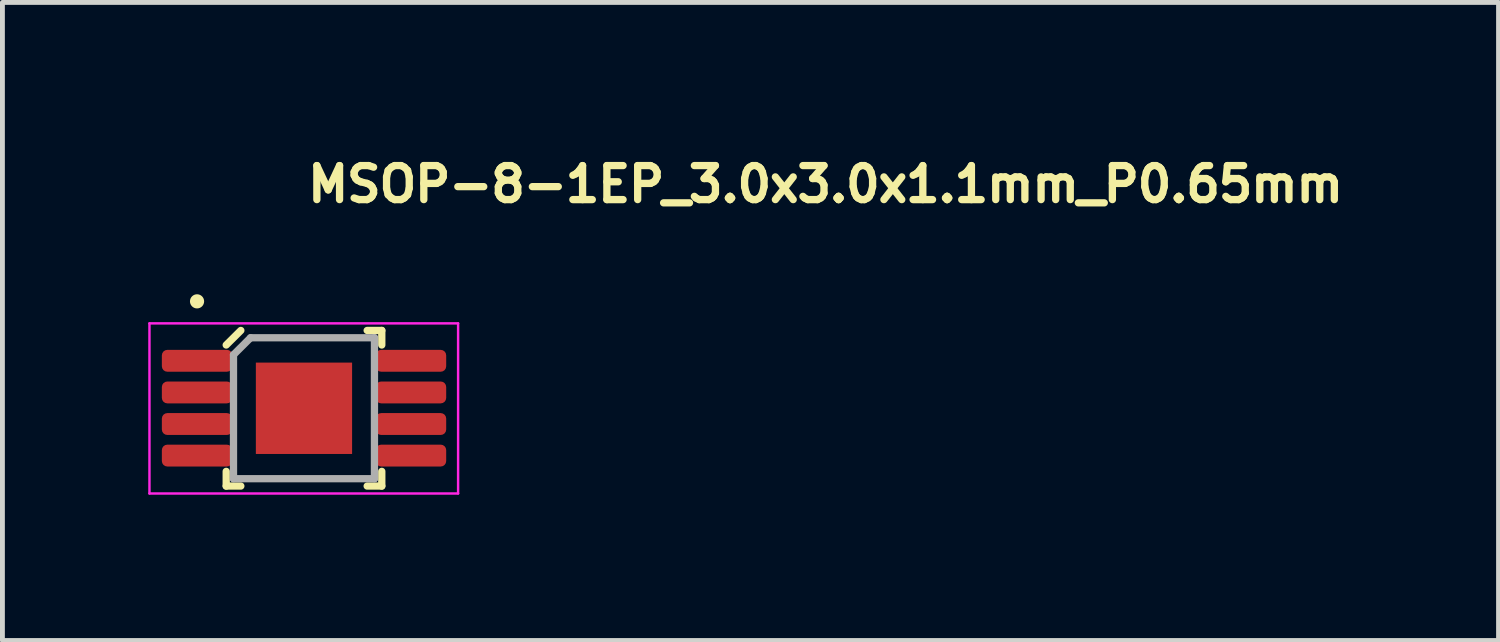
<source format=kicad_pcb>
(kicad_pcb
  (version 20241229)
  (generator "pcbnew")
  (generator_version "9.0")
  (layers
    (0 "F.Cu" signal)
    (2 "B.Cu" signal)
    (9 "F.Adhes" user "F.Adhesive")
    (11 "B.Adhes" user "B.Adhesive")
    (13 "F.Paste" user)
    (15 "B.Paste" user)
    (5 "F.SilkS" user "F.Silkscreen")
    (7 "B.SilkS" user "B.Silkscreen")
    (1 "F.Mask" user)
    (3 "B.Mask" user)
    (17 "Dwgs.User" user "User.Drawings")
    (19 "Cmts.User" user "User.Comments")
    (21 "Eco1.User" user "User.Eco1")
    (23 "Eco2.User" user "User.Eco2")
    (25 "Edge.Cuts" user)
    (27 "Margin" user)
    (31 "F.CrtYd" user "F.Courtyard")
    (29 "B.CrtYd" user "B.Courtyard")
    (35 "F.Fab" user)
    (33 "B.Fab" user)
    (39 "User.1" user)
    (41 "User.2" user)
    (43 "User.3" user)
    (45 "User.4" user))
  (footprint "MSOP-8-1EP_3.0x3.0x1.1mm_P0.65mm"
    (layer "F.Cu")
    (at 3.204 5.35)
    (property "Reference" "MSOP-8-1EP_3.0x3.0x1.1mm_P0.65mm" (at 0 -4.2 0) (layer "F.SilkS") (effects (font (size 0.7 0.7) (thickness 0.15)) (justify left bottom)))
    (attr smd)
    (fp_line (start -1.6 1.6) (end -1.6 1.298) (stroke (width 0.15) (type solid)) (layer "F.SilkS"))
    (fp_line (start -1.299 -1.601) (end -1.6 -1.302) (stroke (width 0.15) (type solid)) (layer "F.SilkS"))
    (fp_line (start -1.299 1.6) (end -1.6 1.6) (stroke (width 0.15) (type solid)) (layer "F.SilkS"))
    (fp_line (start 1.3 -1.601) (end 1.601 -1.601) (stroke (width 0.15) (type solid)) (layer "F.SilkS"))
    (fp_line (start 1.601 -1.601) (end 1.601 -1.302) (stroke (width 0.15) (type solid)) (layer "F.SilkS"))
    (fp_line (start 1.601 1.298) (end 1.601 1.6) (stroke (width 0.15) (type solid)) (layer "F.SilkS"))
    (fp_line (start 1.601 1.6) (end 1.3 1.6) (stroke (width 0.15) (type solid)) (layer "F.SilkS"))
    (fp_circle (center -2.2 -2.2) (end -2.25 -2.25) (stroke (width 0.15) (type solid)) (fill yes) (layer "F.SilkS"))
    (fp_line (start -3.179 -1.747) (end 3.171 -1.747) (stroke (width 0.05) (type solid)) (layer "F.CrtYd"))
    (fp_line (start -3.179 1.753) (end -3.179 -1.747) (stroke (width 0.05) (type solid)) (layer "F.CrtYd"))
    (fp_line (start 3.171 1.753) (end -3.179 1.753) (stroke (width 0.05) (type solid)) (layer "F.CrtYd"))
    (fp_line (start 3.171 1.753) (end 3.171 -1.747) (stroke (width 0.05) (type solid)) (layer "F.CrtYd"))
    (fp_line (start -1.45 -1.101) (end -1.45 1.449) (stroke (width 0.15) (type solid)) (layer "F.Fab"))
    (fp_line (start -1.099 -1.451) (end -1.45 -1.101) (stroke (width 0.15) (type solid)) (layer "F.Fab"))
    (fp_line (start 1.45 -1.451) (end -1.099 -1.451) (stroke (width 0.15) (type solid)) (layer "F.Fab"))
    (fp_line (start 1.45 -1.451) (end 1.45 1.449) (stroke (width 0.15) (type solid)) (layer "F.Fab"))
    (fp_line (start 1.45 1.449) (end -1.45 1.449) (stroke (width 0.15) (type solid)) (layer "F.Fab"))
    (fp_rect (start -2.451 1.498) (end 2.451 -1.5) (stroke (width 0.1) (type solid)) (fill no) (layer "User.5"))
    (fp_line (start -2.451 -1.128) (end -2.451 -0.824) (stroke (width 0.02) (type solid)) (layer "User.9"))
    (fp_line (start -2.451 -0.479) (end -2.451 -0.173) (stroke (width 0.02) (type solid)) (layer "User.9"))
    (fp_line (start -2.451 0.172) (end -2.451 0.477) (stroke (width 0.02) (type solid)) (layer "User.9"))
    (fp_line (start -2.451 0.822) (end -2.451 1.127) (stroke (width 0.02) (type solid)) (layer "User.9"))
    (fp_line (start -2.211 -1.128) (end -2.451 -1.128) (stroke (width 0.02) (type solid)) (layer "User.9"))
    (fp_line (start -2.211 -1.128) (end -2.092 -1.128) (stroke (width 0.02) (type solid)) (layer "User.9"))
    (fp_line (start -2.211 -0.824) (end -2.451 -0.824) (stroke (width 0.02) (type solid)) (layer "User.9"))
    (fp_line (start -2.211 -0.824) (end -2.092 -0.824) (stroke (width 0.02) (type solid)) (layer "User.9"))
    (fp_line (start -2.211 -0.479) (end -2.451 -0.479) (stroke (width 0.02) (type solid)) (layer "User.9"))
    (fp_line (start -2.211 -0.479) (end -2.092 -0.479) (stroke (width 0.02) (type solid)) (layer "User.9"))
    (fp_line (start -2.211 -0.173) (end -2.451 -0.173) (stroke (width 0.02) (type solid)) (layer "User.9"))
    (fp_line (start -2.211 -0.173) (end -2.092 -0.173) (stroke (width 0.02) (type solid)) (layer "User.9"))
    (fp_line (start -2.211 0.172) (end -2.451 0.172) (stroke (width 0.02) (type solid)) (layer "User.9"))
    (fp_line (start -2.211 0.172) (end -2.092 0.172) (stroke (width 0.02) (type solid)) (layer "User.9"))
    (fp_line (start -2.211 0.477) (end -2.451 0.477) (stroke (width 0.02) (type solid)) (layer "User.9"))
    (fp_line (start -2.211 0.477) (end -2.092 0.477) (stroke (width 0.02) (type solid)) (layer "User.9"))
    (fp_line (start -2.211 0.822) (end -2.451 0.822) (stroke (width 0.02) (type solid)) (layer "User.9"))
    (fp_line (start -2.211 0.822) (end -2.092 0.822) (stroke (width 0.02) (type solid)) (layer "User.9"))
    (fp_line (start -2.211 1.127) (end -2.451 1.127) (stroke (width 0.02) (type solid)) (layer "User.9"))
    (fp_line (start -2.211 1.127) (end -2.092 1.127) (stroke (width 0.02) (type solid)) (layer "User.9"))
    (fp_line (start -2.092 -1.128) (end -2.082 -1.128) (stroke (width 0.02) (type solid)) (layer "User.9"))
    (fp_line (start -2.092 -0.479) (end -2.082 -0.479) (stroke (width 0.02) (type solid)) (layer "User.9"))
    (fp_line (start -2.092 0.172) (end -2.082 0.172) (stroke (width 0.02) (type solid)) (layer "User.9"))
    (fp_line (start -2.092 0.822) (end -2.082 0.822) (stroke (width 0.02) (type solid)) (layer "User.9"))
    (fp_line (start -2.082 -1.128) (end -1.779 -1.128) (stroke (width 0.02) (type solid)) (layer "User.9"))
    (fp_line (start -2.082 -0.824) (end -2.092 -0.824) (stroke (width 0.02) (type solid)) (layer "User.9"))
    (fp_line (start -2.082 -0.824) (end -1.779 -0.824) (stroke (width 0.02) (type solid)) (layer "User.9"))
    (fp_line (start -2.082 -0.479) (end -1.779 -0.479) (stroke (width 0.02) (type solid)) (layer "User.9"))
    (fp_line (start -2.082 -0.173) (end -2.092 -0.173) (stroke (width 0.02) (type solid)) (layer "User.9"))
    (fp_line (start -2.082 -0.173) (end -1.779 -0.173) (stroke (width 0.02) (type solid)) (layer "User.9"))
    (fp_line (start -2.082 0.172) (end -1.779 0.172) (stroke (width 0.02) (type solid)) (layer "User.9"))
    (fp_line (start -2.082 0.477) (end -2.092 0.477) (stroke (width 0.02) (type solid)) (layer "User.9"))
    (fp_line (start -2.082 0.477) (end -1.779 0.477) (stroke (width 0.02) (type solid)) (layer "User.9"))
    (fp_line (start -2.082 0.822) (end -1.779 0.822) (stroke (width 0.02) (type solid)) (layer "User.9"))
    (fp_line (start -2.082 1.127) (end -2.092 1.127) (stroke (width 0.02) (type solid)) (layer "User.9"))
    (fp_line (start -2.082 1.127) (end -1.779 1.127) (stroke (width 0.02) (type solid)) (layer "User.9"))
    (fp_line (start -1.498 -1.382) (end -1.497 -1.388) (stroke (width 0.02) (type solid)) (layer "User.9"))
    (fp_line (start -1.498 -1.376) (end -1.498 -1.382) (stroke (width 0.02) (type solid)) (layer "User.9"))
    (fp_line (start -1.498 -1.373) (end -1.498 -1.376) (stroke (width 0.02) (type solid)) (layer "User.9"))
    (fp_line (start -1.498 -1.373) (end -1.498 1.37) (stroke (width 0.02) (type solid)) (layer "User.9"))
    (fp_line (start -1.498 -1.128) (end -1.779 -1.128) (stroke (width 0.02) (type solid)) (layer "User.9"))
    (fp_line (start -1.498 -1.128) (end -1.498 -0.824) (stroke (width 0.02) (type solid)) (layer "User.9"))
    (fp_line (start -1.498 -0.824) (end -1.779 -0.824) (stroke (width 0.02) (type solid)) (layer "User.9"))
    (fp_line (start -1.498 -0.479) (end -1.779 -0.479) (stroke (width 0.02) (type solid)) (layer "User.9"))
    (fp_line (start -1.498 -0.479) (end -1.498 -0.173) (stroke (width 0.02) (type solid)) (layer "User.9"))
    (fp_line (start -1.498 -0.173) (end -1.779 -0.173) (stroke (width 0.02) (type solid)) (layer "User.9"))
    (fp_line (start -1.498 0.172) (end -1.779 0.172) (stroke (width 0.02) (type solid)) (layer "User.9"))
    (fp_line (start -1.498 0.172) (end -1.498 0.477) (stroke (width 0.02) (type solid)) (layer "User.9"))
    (fp_line (start -1.498 0.477) (end -1.779 0.477) (stroke (width 0.02) (type solid)) (layer "User.9"))
    (fp_line (start -1.498 0.822) (end -1.779 0.822) (stroke (width 0.02) (type solid)) (layer "User.9"))
    (fp_line (start -1.498 0.822) (end -1.498 1.127) (stroke (width 0.02) (type solid)) (layer "User.9"))
    (fp_line (start -1.498 1.127) (end -1.779 1.127) (stroke (width 0.02) (type solid)) (layer "User.9"))
    (fp_line (start -1.498 1.374) (end -1.498 1.37) (stroke (width 0.02) (type solid)) (layer "User.9"))
    (fp_line (start -1.498 1.379) (end -1.498 1.374) (stroke (width 0.02) (type solid)) (layer "User.9"))
    (fp_line (start -1.497 -1.393) (end -1.496 -1.399) (stroke (width 0.02) (type solid)) (layer "User.9"))
    (fp_line (start -1.497 -1.388) (end -1.497 -1.393) (stroke (width 0.02) (type solid)) (layer "User.9"))
    (fp_line (start -1.497 1.386) (end -1.498 1.379) (stroke (width 0.02) (type solid)) (layer "User.9"))
    (fp_line (start -1.497 1.391) (end -1.497 1.386) (stroke (width 0.02) (type solid)) (layer "User.9"))
    (fp_line (start -1.496 -1.399) (end -1.495 -1.405) (stroke (width 0.02) (type solid)) (layer "User.9"))
    (fp_line (start -1.496 1.398) (end -1.497 1.391) (stroke (width 0.02) (type solid)) (layer "User.9"))
    (fp_line (start -1.495 -1.405) (end -1.493 -1.411) (stroke (width 0.02) (type solid)) (layer "User.9"))
    (fp_line (start -1.495 1.403) (end -1.496 1.398) (stroke (width 0.02) (type solid)) (layer "User.9"))
    (fp_line (start -1.493 -1.411) (end -1.491 -1.417) (stroke (width 0.02) (type solid)) (layer "User.9"))
    (fp_line (start -1.493 1.41) (end -1.495 1.403) (stroke (width 0.02) (type solid)) (layer "User.9"))
    (fp_line (start -1.491 -1.417) (end -1.489 -1.422) (stroke (width 0.02) (type solid)) (layer "User.9"))
    (fp_line (start -1.491 1.415) (end -1.493 1.41) (stroke (width 0.02) (type solid)) (layer "User.9"))
    (fp_line (start -1.489 -1.422) (end -1.486 -1.429) (stroke (width 0.02) (type solid)) (layer "User.9"))
    (fp_line (start -1.489 1.421) (end -1.491 1.415) (stroke (width 0.02) (type solid)) (layer "User.9"))
    (fp_line (start -1.486 -1.429) (end -1.484 -1.434) (stroke (width 0.02) (type solid)) (layer "User.9"))
    (fp_line (start -1.486 1.426) (end -1.489 1.421) (stroke (width 0.02) (type solid)) (layer "User.9"))
    (fp_line (start -1.484 -1.434) (end -1.481 -1.439) (stroke (width 0.02) (type solid)) (layer "User.9"))
    (fp_line (start -1.484 1.431) (end -1.486 1.426) (stroke (width 0.02) (type solid)) (layer "User.9"))
    (fp_line (start -1.481 -1.439) (end -1.477 -1.444) (stroke (width 0.02) (type solid)) (layer "User.9"))
    (fp_line (start -1.481 1.437) (end -1.484 1.431) (stroke (width 0.02) (type solid)) (layer "User.9"))
    (fp_line (start -1.477 -1.444) (end -1.474 -1.449) (stroke (width 0.02) (type solid)) (layer "User.9"))
    (fp_line (start -1.477 1.442) (end -1.481 1.437) (stroke (width 0.02) (type solid)) (layer "User.9"))
    (fp_line (start -1.474 -1.449) (end -1.47 -1.454) (stroke (width 0.02) (type solid)) (layer "User.9"))
    (fp_line (start -1.474 1.446) (end -1.477 1.442) (stroke (width 0.02) (type solid)) (layer "User.9"))
    (fp_line (start -1.47 -1.454) (end -1.466 -1.457) (stroke (width 0.02) (type solid)) (layer "User.9"))
    (fp_line (start -1.47 1.451) (end -1.474 1.446) (stroke (width 0.02) (type solid)) (layer "User.9"))
    (fp_line (start -1.466 -1.457) (end -1.462 -1.462) (stroke (width 0.02) (type solid)) (layer "User.9"))
    (fp_line (start -1.466 1.455) (end -1.47 1.451) (stroke (width 0.02) (type solid)) (layer "User.9"))
    (fp_line (start -1.462 -1.462) (end -1.457 -1.466) (stroke (width 0.02) (type solid)) (layer "User.9"))
    (fp_line (start -1.462 1.46) (end -1.466 1.455) (stroke (width 0.02) (type solid)) (layer "User.9"))
    (fp_line (start -1.457 -1.466) (end -1.453 -1.47) (stroke (width 0.02) (type solid)) (layer "User.9"))
    (fp_line (start -1.457 1.464) (end -1.462 1.46) (stroke (width 0.02) (type solid)) (layer "User.9"))
    (fp_line (start -1.453 -1.47) (end -1.448 -1.474) (stroke (width 0.02) (type solid)) (layer "User.9"))
    (fp_line (start -1.453 1.468) (end -1.457 1.464) (stroke (width 0.02) (type solid)) (layer "User.9"))
    (fp_line (start -1.448 -1.474) (end -1.443 -1.477) (stroke (width 0.02) (type solid)) (layer "User.9"))
    (fp_line (start -1.448 1.472) (end -1.453 1.468) (stroke (width 0.02) (type solid)) (layer "User.9"))
    (fp_line (start -1.443 -1.477) (end -1.438 -1.481) (stroke (width 0.02) (type solid)) (layer "User.9"))
    (fp_line (start -1.443 1.475) (end -1.448 1.472) (stroke (width 0.02) (type solid)) (layer "User.9"))
    (fp_line (start -1.438 -1.481) (end -1.433 -1.484) (stroke (width 0.02) (type solid)) (layer "User.9"))
    (fp_line (start -1.438 1.479) (end -1.443 1.475) (stroke (width 0.02) (type solid)) (layer "User.9"))
    (fp_line (start -1.433 -1.484) (end -1.427 -1.486) (stroke (width 0.02) (type solid)) (layer "User.9"))
    (fp_line (start -1.433 -1.316) (end -1.431 -1.322) (stroke (width 0.02) (type solid)) (layer "User.9"))
    (fp_line (start -1.433 -1.31) (end -1.433 -1.316) (stroke (width 0.02) (type solid)) (layer "User.9"))
    (fp_line (start -1.433 1.313) (end -1.433 1.308) (stroke (width 0.02) (type solid)) (layer "User.9"))
    (fp_line (start -1.433 1.483) (end -1.438 1.479) (stroke (width 0.02) (type solid)) (layer "User.9"))
    (fp_line (start -1.431 -1.322) (end -1.43 -1.328) (stroke (width 0.02) (type solid)) (layer "User.9"))
    (fp_line (start -1.431 1.32) (end -1.433 1.313) (stroke (width 0.02) (type solid)) (layer "User.9"))
    (fp_line (start -1.43 -1.328) (end -1.429 -1.333) (stroke (width 0.02) (type solid)) (layer "User.9"))
    (fp_line (start -1.43 1.325) (end -1.431 1.32) (stroke (width 0.02) (type solid)) (layer "User.9"))
    (fp_line (start -1.429 -1.333) (end -1.427 -1.339) (stroke (width 0.02) (type solid)) (layer "User.9"))
    (fp_line (start -1.429 1.331) (end -1.43 1.325) (stroke (width 0.02) (type solid)) (layer "User.9"))
    (fp_line (start -1.427 -1.486) (end -1.421 -1.49) (stroke (width 0.02) (type solid)) (layer "User.9"))
    (fp_line (start -1.427 -1.339) (end -1.425 -1.345) (stroke (width 0.02) (type solid)) (layer "User.9"))
    (fp_line (start -1.427 1.338) (end -1.429 1.331) (stroke (width 0.02) (type solid)) (layer "User.9"))
    (fp_line (start -1.427 1.484) (end -1.433 1.483) (stroke (width 0.02) (type solid)) (layer "User.9"))
    (fp_line (start -1.425 -1.345) (end -1.423 -1.351) (stroke (width 0.02) (type solid)) (layer "User.9"))
    (fp_line (start -1.425 1.343) (end -1.427 1.338) (stroke (width 0.02) (type solid)) (layer "User.9"))
    (fp_line (start -1.423 -1.351) (end -1.421 -1.356) (stroke (width 0.02) (type solid)) (layer "User.9"))
    (fp_line (start -1.423 1.35) (end -1.425 1.343) (stroke (width 0.02) (type solid)) (layer "User.9"))
    (fp_line (start -1.421 -1.49) (end -1.416 -1.492) (stroke (width 0.02) (type solid)) (layer "User.9"))
    (fp_line (start -1.421 -1.356) (end -1.418 -1.363) (stroke (width 0.02) (type solid)) (layer "User.9"))
    (fp_line (start -1.421 1.354) (end -1.423 1.35) (stroke (width 0.02) (type solid)) (layer "User.9"))
    (fp_line (start -1.421 1.487) (end -1.427 1.484) (stroke (width 0.02) (type solid)) (layer "User.9"))
    (fp_line (start -1.418 -1.363) (end -1.416 -1.368) (stroke (width 0.02) (type solid)) (layer "User.9"))
    (fp_line (start -1.418 1.361) (end -1.421 1.354) (stroke (width 0.02) (type solid)) (layer "User.9"))
    (fp_line (start -1.416 -1.492) (end -1.41 -1.494) (stroke (width 0.02) (type solid)) (layer "User.9"))
    (fp_line (start -1.416 -1.368) (end -1.413 -1.373) (stroke (width 0.02) (type solid)) (layer "User.9"))
    (fp_line (start -1.416 1.366) (end -1.418 1.361) (stroke (width 0.02) (type solid)) (layer "User.9"))
    (fp_line (start -1.416 1.49) (end -1.421 1.487) (stroke (width 0.02) (type solid)) (layer "User.9"))
    (fp_line (start -1.413 -1.373) (end -1.409 -1.378) (stroke (width 0.02) (type solid)) (layer "User.9"))
    (fp_line (start -1.413 1.37) (end -1.416 1.366) (stroke (width 0.02) (type solid)) (layer "User.9"))
    (fp_line (start -1.41 -1.494) (end -1.404 -1.496) (stroke (width 0.02) (type solid)) (layer "User.9"))
    (fp_line (start -1.41 1.491) (end -1.416 1.49) (stroke (width 0.02) (type solid)) (layer "User.9"))
    (fp_line (start -1.409 -1.378) (end -1.406 -1.383) (stroke (width 0.02) (type solid)) (layer "User.9"))
    (fp_line (start -1.409 1.375) (end -1.413 1.37) (stroke (width 0.02) (type solid)) (layer "User.9"))
    (fp_line (start -1.406 -1.383) (end -1.402 -1.387) (stroke (width 0.02) (type solid)) (layer "User.9"))
    (fp_line (start -1.406 1.381) (end -1.409 1.375) (stroke (width 0.02) (type solid)) (layer "User.9"))
    (fp_line (start -1.404 -1.496) (end -1.398 -1.497) (stroke (width 0.02) (type solid)) (layer "User.9"))
    (fp_line (start -1.404 1.494) (end -1.41 1.491) (stroke (width 0.02) (type solid)) (layer "User.9"))
    (fp_line (start -1.402 -1.387) (end -1.398 -1.392) (stroke (width 0.02) (type solid)) (layer "User.9"))
    (fp_line (start -1.402 1.385) (end -1.406 1.381) (stroke (width 0.02) (type solid)) (layer "User.9"))
    (fp_line (start -1.398 -1.497) (end -1.392 -1.499) (stroke (width 0.02) (type solid)) (layer "User.9"))
    (fp_line (start -1.398 -1.392) (end -1.394 -1.395) (stroke (width 0.02) (type solid)) (layer "User.9"))
    (fp_line (start -1.398 1.39) (end -1.402 1.385) (stroke (width 0.02) (type solid)) (layer "User.9"))
    (fp_line (start -1.398 1.495) (end -1.404 1.494) (stroke (width 0.02) (type solid)) (layer "User.9"))
    (fp_line (start -1.394 -1.395) (end -1.39 -1.399) (stroke (width 0.02) (type solid)) (layer "User.9"))
    (fp_line (start -1.394 1.394) (end -1.398 1.39) (stroke (width 0.02) (type solid)) (layer "User.9"))
    (fp_line (start -1.392 -1.499) (end -1.386 -1.499) (stroke (width 0.02) (type solid)) (layer "User.9"))
    (fp_line (start -1.392 1.496) (end -1.398 1.495) (stroke (width 0.02) (type solid)) (layer "User.9"))
    (fp_line (start -1.39 -1.399) (end -1.385 -1.403) (stroke (width 0.02) (type solid)) (layer "User.9"))
    (fp_line (start -1.39 1.398) (end -1.394 1.394) (stroke (width 0.02) (type solid)) (layer "User.9"))
    (fp_line (start -1.386 -1.499) (end -1.38 -1.5) (stroke (width 0.02) (type solid)) (layer "User.9"))
    (fp_line (start -1.386 1.496) (end -1.392 1.496) (stroke (width 0.02) (type solid)) (layer "User.9"))
    (fp_line (start -1.385 -1.403) (end -1.381 -1.407) (stroke (width 0.02) (type solid)) (layer "User.9"))
    (fp_line (start -1.385 1.402) (end -1.39 1.398) (stroke (width 0.02) (type solid)) (layer "User.9"))
    (fp_line (start -1.381 -1.407) (end -1.376 -1.41) (stroke (width 0.02) (type solid)) (layer "User.9"))
    (fp_line (start -1.381 1.406) (end -1.385 1.402) (stroke (width 0.02) (type solid)) (layer "User.9"))
    (fp_line (start -1.38 -1.5) (end -1.374 -1.5) (stroke (width 0.02) (type solid)) (layer "User.9"))
    (fp_line (start -1.38 1.498) (end -1.386 1.496) (stroke (width 0.02) (type solid)) (layer "User.9"))
    (fp_line (start -1.376 -1.41) (end -1.371 -1.414) (stroke (width 0.02) (type solid)) (layer "User.9"))
    (fp_line (start -1.376 1.409) (end -1.381 1.406) (stroke (width 0.02) (type solid)) (layer "User.9"))
    (fp_line (start -1.374 -1.5) (end -1.371 -1.5) (stroke (width 0.02) (type solid)) (layer "User.9"))
    (fp_line (start -1.374 1.498) (end -1.38 1.498) (stroke (width 0.02) (type solid)) (layer "User.9"))
    (fp_line (start -1.371 -1.5) (end 1.372 -1.5) (stroke (width 0.02) (type solid)) (layer "User.9"))
    (fp_line (start -1.371 -1.414) (end -1.367 -1.417) (stroke (width 0.02) (type solid)) (layer "User.9"))
    (fp_line (start -1.371 1.413) (end -1.376 1.409) (stroke (width 0.02) (type solid)) (layer "User.9"))
    (fp_line (start -1.371 1.498) (end -1.374 1.498) (stroke (width 0.02) (type solid)) (layer "User.9"))
    (fp_line (start -1.371 1.498) (end 1.372 1.498) (stroke (width 0.02) (type solid)) (layer "User.9"))
    (fp_line (start -1.367 -1.417) (end -1.362 -1.419) (stroke (width 0.02) (type solid)) (layer "User.9"))
    (fp_line (start -1.367 1.415) (end -1.371 1.413) (stroke (width 0.02) (type solid)) (layer "User.9"))
    (fp_line (start -1.362 -1.419) (end -1.356 -1.422) (stroke (width 0.02) (type solid)) (layer "User.9"))
    (fp_line (start -1.362 1.418) (end -1.367 1.415) (stroke (width 0.02) (type solid)) (layer "User.9"))
    (fp_line (start -1.356 -1.422) (end -1.351 -1.425) (stroke (width 0.02) (type solid)) (layer "User.9"))
    (fp_line (start -1.356 1.421) (end -1.362 1.418) (stroke (width 0.02) (type solid)) (layer "User.9"))
    (fp_line (start -1.351 -1.425) (end -1.345 -1.427) (stroke (width 0.02) (type solid)) (layer "User.9"))
    (fp_line (start -1.351 1.422) (end -1.356 1.421) (stroke (width 0.02) (type solid)) (layer "User.9"))
    (fp_line (start -1.345 -1.427) (end -1.339 -1.429) (stroke (width 0.02) (type solid)) (layer "User.9"))
    (fp_line (start -1.345 1.425) (end -1.351 1.422) (stroke (width 0.02) (type solid)) (layer "User.9"))
    (fp_line (start -1.339 -1.429) (end -1.333 -1.431) (stroke (width 0.02) (type solid)) (layer "User.9"))
    (fp_line (start -1.339 1.426) (end -1.345 1.425) (stroke (width 0.02) (type solid)) (layer "User.9"))
    (fp_line (start -1.333 -1.431) (end -1.327 -1.432) (stroke (width 0.02) (type solid)) (layer "User.9"))
    (fp_line (start -1.333 1.429) (end -1.339 1.426) (stroke (width 0.02) (type solid)) (layer "User.9"))
    (fp_line (start -1.327 -1.432) (end -1.321 -1.433) (stroke (width 0.02) (type solid)) (layer "User.9"))
    (fp_line (start -1.327 1.43) (end -1.333 1.429) (stroke (width 0.02) (type solid)) (layer "User.9"))
    (fp_line (start -1.321 -1.433) (end -1.315 -1.434) (stroke (width 0.02) (type solid)) (layer "User.9"))
    (fp_line (start -1.321 -0.99) (end -1.32 -0.994) (stroke (width 0.02) (type solid)) (layer "User.9"))
    (fp_line (start -1.321 -0.986) (end -1.321 -0.99) (stroke (width 0.02) (type solid)) (layer "User.9"))
    (fp_line (start -1.321 -0.982) (end -1.321 -0.986) (stroke (width 0.02) (type solid)) (layer "User.9"))
    (fp_line (start -1.321 -0.979) (end -1.321 -0.982) (stroke (width 0.02) (type solid)) (layer "User.9"))
    (fp_line (start -1.321 -0.979) (end -1.32 -0.99) (stroke (width 0.02) (type solid)) (layer "User.9"))
    (fp_line (start -1.321 -0.975) (end -1.321 -0.979) (stroke (width 0.02) (type solid)) (layer "User.9"))
    (fp_line (start -1.321 -0.971) (end -1.321 -0.975) (stroke (width 0.02) (type solid)) (layer "User.9"))
    (fp_line (start -1.321 -0.967) (end -1.321 -0.979) (stroke (width 0.02) (type solid)) (layer "User.9"))
    (fp_line (start -1.321 -0.967) (end -1.321 -0.971) (stroke (width 0.02) (type solid)) (layer "User.9"))
    (fp_line (start -1.321 1.43) (end -1.327 1.43) (stroke (width 0.02) (type solid)) (layer "User.9"))
    (fp_line (start -1.32 -1.002) (end -1.318 -1.013) (stroke (width 0.02) (type solid)) (layer "User.9"))
    (fp_line (start -1.32 -0.994) (end -1.32 -0.998) (stroke (width 0.02) (type solid)) (layer "User.9"))
    (fp_line (start -1.32 -0.99) (end -1.32 -1.002) (stroke (width 0.02) (type solid)) (layer "User.9"))
    (fp_line (start -1.318 -1.013) (end -1.316 -1.025) (stroke (width 0.02) (type solid)) (layer "User.9"))
    (fp_line (start -1.316 -1.029) (end -1.315 -1.033) (stroke (width 0.02) (type solid)) (layer "User.9"))
    (fp_line (start -1.316 -1.025) (end -1.314 -1.036) (stroke (width 0.02) (type solid)) (layer "User.9"))
    (fp_line (start -1.315 -1.434) (end -1.309 -1.434) (stroke (width 0.02) (type solid)) (layer "User.9"))
    (fp_line (start -1.315 -1.033) (end -1.314 -1.036) (stroke (width 0.02) (type solid)) (layer "User.9"))
    (fp_line (start -1.315 1.431) (end -1.321 1.43) (stroke (width 0.02) (type solid)) (layer "User.9"))
    (fp_line (start -1.314 -1.039) (end -1.313 -1.044) (stroke (width 0.02) (type solid)) (layer "User.9"))
    (fp_line (start -1.314 -1.036) (end -1.314 -1.039) (stroke (width 0.02) (type solid)) (layer "User.9"))
    (fp_line (start -1.314 -1.036) (end -1.312 -1.048) (stroke (width 0.02) (type solid)) (layer "User.9"))
    (fp_line (start -1.313 -1.044) (end -1.312 -1.048) (stroke (width 0.02) (type solid)) (layer "User.9"))
    (fp_line (start -1.312 -1.048) (end -1.311 -1.051) (stroke (width 0.02) (type solid)) (layer "User.9"))
    (fp_line (start -1.312 -1.048) (end -1.309 -1.059) (stroke (width 0.02) (type solid)) (layer "User.9"))
    (fp_line (start -1.311 -1.051) (end -1.31 -1.055) (stroke (width 0.02) (type solid)) (layer "User.9"))
    (fp_line (start -1.31 -1.055) (end -1.309 -1.059) (stroke (width 0.02) (type solid)) (layer "User.9"))
    (fp_line (start -1.309 -1.434) (end -1.309 -1.31) (stroke (width 0.02) (type solid)) (layer "User.9"))
    (fp_line (start -1.309 -1.059) (end -1.301 -1.081) (stroke (width 0.02) (type solid)) (layer "User.9"))
    (fp_line (start -1.309 -0.967) (end -1.321 -0.967) (stroke (width 0.02) (type solid)) (layer "User.9"))
    (fp_line (start -1.309 -0.967) (end -0.609 -0.967) (stroke (width 0.02) (type solid)) (layer "User.9"))
    (fp_line (start -1.309 1.308) (end -1.309 1.431) (stroke (width 0.02) (type solid)) (layer "User.9"))
    (fp_line (start -1.309 1.431) (end -1.315 1.431) (stroke (width 0.02) (type solid)) (layer "User.9"))
    (fp_line (start -1.301 -1.081) (end -1.293 -1.103) (stroke (width 0.02) (type solid)) (layer "User.9"))
    (fp_line (start -1.293 -1.103) (end -1.283 -1.124) (stroke (width 0.02) (type solid)) (layer "User.9"))
    (fp_line (start -1.283 -1.124) (end -1.272 -1.145) (stroke (width 0.02) (type solid)) (layer "User.9"))
    (fp_line (start -1.272 -1.145) (end -1.26 -1.164) (stroke (width 0.02) (type solid)) (layer "User.9"))
    (fp_line (start -1.26 -1.164) (end -1.246 -1.184) (stroke (width 0.02) (type solid)) (layer "User.9"))
    (fp_line (start -1.246 -1.184) (end -1.233 -1.201) (stroke (width 0.02) (type solid)) (layer "User.9"))
    (fp_line (start -1.233 -1.201) (end -1.217 -1.217) (stroke (width 0.02) (type solid)) (layer "User.9"))
    (fp_line (start -1.217 -1.217) (end -1.2 -1.234) (stroke (width 0.02) (type solid)) (layer "User.9"))
    (fp_line (start -1.2 -1.234) (end -1.182 -1.248) (stroke (width 0.02) (type solid)) (layer "User.9"))
    (fp_line (start -1.182 -1.248) (end -1.163 -1.262) (stroke (width 0.02) (type solid)) (layer "User.9"))
    (fp_line (start -1.163 -1.262) (end -1.143 -1.273) (stroke (width 0.02) (type solid)) (layer "User.9"))
    (fp_line (start -1.143 -1.273) (end -1.123 -1.284) (stroke (width 0.02) (type solid)) (layer "User.9"))
    (fp_line (start -1.123 -1.284) (end -1.103 -1.294) (stroke (width 0.02) (type solid)) (layer "User.9"))
    (fp_line (start -1.103 -1.294) (end -1.081 -1.303) (stroke (width 0.02) (type solid)) (layer "User.9"))
    (fp_line (start -1.081 -1.303) (end -1.057 -1.31) (stroke (width 0.02) (type solid)) (layer "User.9"))
    (fp_line (start -1.057 -1.31) (end -1.053 -1.312) (stroke (width 0.02) (type solid)) (layer "User.9"))
    (fp_line (start -1.057 -1.31) (end -1.046 -1.313) (stroke (width 0.02) (type solid)) (layer "User.9"))
    (fp_line (start -1.053 -1.312) (end -1.046 -1.313) (stroke (width 0.02) (type solid)) (layer "User.9"))
    (fp_line (start -1.046 -1.313) (end -1.04 -1.314) (stroke (width 0.02) (type solid)) (layer "User.9"))
    (fp_line (start -1.046 -1.313) (end -1.034 -1.315) (stroke (width 0.02) (type solid)) (layer "User.9"))
    (fp_line (start -1.04 -1.314) (end -1.036 -1.315) (stroke (width 0.02) (type solid)) (layer "User.9"))
    (fp_line (start -1.036 -1.315) (end -1.03 -1.316) (stroke (width 0.02) (type solid)) (layer "User.9"))
    (fp_line (start -1.034 -1.315) (end -1.024 -1.318) (stroke (width 0.02) (type solid)) (layer "User.9"))
    (fp_line (start -1.03 -1.316) (end -1.024 -1.317) (stroke (width 0.02) (type solid)) (layer "User.9"))
    (fp_line (start -1.024 -1.318) (end -1.012 -1.319) (stroke (width 0.02) (type solid)) (layer "User.9"))
    (fp_line (start -1.024 -1.317) (end -1.018 -1.318) (stroke (width 0.02) (type solid)) (layer "User.9"))
    (fp_line (start -1.018 -1.318) (end -1.012 -1.319) (stroke (width 0.02) (type solid)) (layer "User.9"))
    (fp_line (start -1.012 -1.319) (end -1 -1.321) (stroke (width 0.02) (type solid)) (layer "User.9"))
    (fp_line (start -1 -1.321) (end -0.988 -1.322) (stroke (width 0.02) (type solid)) (layer "User.9"))
    (fp_line (start -0.988 -1.322) (end -0.976 -1.322) (stroke (width 0.02) (type solid)) (layer "User.9"))
    (fp_line (start -0.976 -1.322) (end -0.966 -1.322) (stroke (width 0.02) (type solid)) (layer "User.9"))
    (fp_line (start -0.966 -1.322) (end -0.964 -1.322) (stroke (width 0.02) (type solid)) (layer "User.9"))
    (fp_line (start -0.966 -1.322) (end -0.954 -1.322) (stroke (width 0.02) (type solid)) (layer "User.9"))
    (fp_line (start -0.964 -1.322) (end -0.962 -1.322) (stroke (width 0.02) (type solid)) (layer "User.9"))
    (fp_line (start -0.954 -1.322) (end -0.942 -1.322) (stroke (width 0.02) (type solid)) (layer "User.9"))
    (fp_line (start -0.942 -1.322) (end -0.93 -1.321) (stroke (width 0.02) (type solid)) (layer "User.9"))
    (fp_line (start -0.93 -1.321) (end -0.919 -1.319) (stroke (width 0.02) (type solid)) (layer "User.9"))
    (fp_line (start -0.919 -1.319) (end -0.913 -1.318) (stroke (width 0.02) (type solid)) (layer "User.9"))
    (fp_line (start -0.919 -1.319) (end -0.907 -1.318) (stroke (width 0.02) (type solid)) (layer "User.9"))
    (fp_line (start -0.913 -1.318) (end -0.907 -1.317) (stroke (width 0.02) (type solid)) (layer "User.9"))
    (fp_line (start -0.907 -1.318) (end -0.895 -1.315) (stroke (width 0.02) (type solid)) (layer "User.9"))
    (fp_line (start -0.907 -1.317) (end -0.901 -1.316) (stroke (width 0.02) (type solid)) (layer "User.9"))
    (fp_line (start -0.901 -1.316) (end -0.895 -1.315) (stroke (width 0.02) (type solid)) (layer "User.9"))
    (fp_line (start -0.895 -1.315) (end -0.889 -1.314) (stroke (width 0.02) (type solid)) (layer "User.9"))
    (fp_line (start -0.895 -1.315) (end -0.885 -1.313) (stroke (width 0.02) (type solid)) (layer "User.9"))
    (fp_line (start -0.889 -1.314) (end -0.883 -1.313) (stroke (width 0.02) (type solid)) (layer "User.9"))
    (fp_line (start -0.885 -1.313) (end -0.873 -1.31) (stroke (width 0.02) (type solid)) (layer "User.9"))
    (fp_line (start -0.883 -1.313) (end -0.879 -1.312) (stroke (width 0.02) (type solid)) (layer "User.9"))
    (fp_line (start -0.879 -1.312) (end -0.873 -1.31) (stroke (width 0.02) (type solid)) (layer "User.9"))
    (fp_line (start -0.873 -1.31) (end -0.859 -1.306) (stroke (width 0.02) (type solid)) (layer "User.9"))
    (fp_line (start -0.859 -1.306) (end -0.845 -1.301) (stroke (width 0.02) (type solid)) (layer "User.9"))
    (fp_line (start -0.845 -1.301) (end -0.831 -1.295) (stroke (width 0.02) (type solid)) (layer "User.9"))
    (fp_line (start -0.831 -1.295) (end -0.817 -1.289) (stroke (width 0.02) (type solid)) (layer "User.9"))
    (fp_line (start -0.817 -1.289) (end -0.803 -1.282) (stroke (width 0.02) (type solid)) (layer "User.9"))
    (fp_line (start -0.803 -1.282) (end -0.79 -1.276) (stroke (width 0.02) (type solid)) (layer "User.9"))
    (fp_line (start -0.79 -1.276) (end -0.778 -1.268) (stroke (width 0.02) (type solid)) (layer "User.9"))
    (fp_line (start -0.778 -1.268) (end -0.766 -1.261) (stroke (width 0.02) (type solid)) (layer "User.9"))
    (fp_line (start -0.766 -1.261) (end -0.754 -1.253) (stroke (width 0.02) (type solid)) (layer "User.9"))
    (fp_line (start -0.754 -1.253) (end -0.742 -1.244) (stroke (width 0.02) (type solid)) (layer "User.9"))
    (fp_line (start -0.742 -1.244) (end -0.732 -1.235) (stroke (width 0.02) (type solid)) (layer "User.9"))
    (fp_line (start -0.732 -1.235) (end -0.722 -1.224) (stroke (width 0.02) (type solid)) (layer "User.9"))
    (fp_line (start -0.722 -1.224) (end -0.71 -1.215) (stroke (width 0.02) (type solid)) (layer "User.9"))
    (fp_line (start -0.71 -1.215) (end -0.702 -1.205) (stroke (width 0.02) (type solid)) (layer "User.9"))
    (fp_line (start -0.702 -1.205) (end -0.692 -1.193) (stroke (width 0.02) (type solid)) (layer "User.9"))
    (fp_line (start -0.692 -1.193) (end -0.682 -1.183) (stroke (width 0.02) (type solid)) (layer "User.9"))
    (fp_line (start -0.682 -1.183) (end -0.674 -1.171) (stroke (width 0.02) (type solid)) (layer "User.9"))
    (fp_line (start -0.674 -1.171) (end -0.666 -1.159) (stroke (width 0.02) (type solid)) (layer "User.9"))
    (fp_line (start -0.666 -1.159) (end -0.659 -1.147) (stroke (width 0.02) (type solid)) (layer "User.9"))
    (fp_line (start -0.659 -1.147) (end -0.651 -1.134) (stroke (width 0.02) (type solid)) (layer "User.9"))
    (fp_line (start -0.651 -1.134) (end -0.645 -1.121) (stroke (width 0.02) (type solid)) (layer "User.9"))
    (fp_line (start -0.645 -1.121) (end -0.639 -1.109) (stroke (width 0.02) (type solid)) (layer "User.9"))
    (fp_line (start -0.639 -1.109) (end -0.633 -1.096) (stroke (width 0.02) (type solid)) (layer "User.9"))
    (fp_line (start -0.633 -1.096) (end -0.629 -1.081) (stroke (width 0.02) (type solid)) (layer "User.9"))
    (fp_line (start -0.629 -1.081) (end -0.625 -1.067) (stroke (width 0.02) (type solid)) (layer "User.9"))
    (fp_line (start -0.625 -1.067) (end -0.621 -1.053) (stroke (width 0.02) (type solid)) (layer "User.9"))
    (fp_line (start -0.621 -1.053) (end -0.617 -1.039) (stroke (width 0.02) (type solid)) (layer "User.9"))
    (fp_line (start -0.617 -1.039) (end -0.615 -1.026) (stroke (width 0.02) (type solid)) (layer "User.9"))
    (fp_line (start -0.615 -1.026) (end -0.613 -1.011) (stroke (width 0.02) (type solid)) (layer "User.9"))
    (fp_line (start -0.613 -1.011) (end -0.611 -0.997) (stroke (width 0.02) (type solid)) (layer "User.9"))
    (fp_line (start -0.611 -0.997) (end -0.609 -0.982) (stroke (width 0.02) (type solid)) (layer "User.9"))
    (fp_line (start -0.609 -0.982) (end -0.609 -0.967) (stroke (width 0.02) (type solid)) (layer "User.9"))
    (fp_line (start 1.308 -1.434) (end 1.315 -1.434) (stroke (width 0.02) (type solid)) (layer "User.9"))
    (fp_line (start 1.308 -1.31) (end 1.308 -1.434) (stroke (width 0.02) (type solid)) (layer "User.9"))
    (fp_line (start 1.308 1.431) (end 1.308 1.308) (stroke (width 0.02) (type solid)) (layer "User.9"))
    (fp_line (start 1.315 -1.434) (end 1.32 -1.433) (stroke (width 0.02) (type solid)) (layer "User.9"))
    (fp_line (start 1.315 1.431) (end 1.308 1.431) (stroke (width 0.02) (type solid)) (layer "User.9"))
    (fp_line (start 1.32 -1.433) (end 1.327 -1.432) (stroke (width 0.02) (type solid)) (layer "User.9"))
    (fp_line (start 1.32 1.43) (end 1.315 1.431) (stroke (width 0.02) (type solid)) (layer "User.9"))
    (fp_line (start 1.327 -1.432) (end 1.332 -1.431) (stroke (width 0.02) (type solid)) (layer "User.9"))
    (fp_line (start 1.327 1.43) (end 1.32 1.43) (stroke (width 0.02) (type solid)) (layer "User.9"))
    (fp_line (start 1.332 -1.431) (end 1.339 -1.429) (stroke (width 0.02) (type solid)) (layer "User.9"))
    (fp_line (start 1.332 1.429) (end 1.327 1.43) (stroke (width 0.02) (type solid)) (layer "User.9"))
    (fp_line (start 1.339 -1.429) (end 1.344 -1.427) (stroke (width 0.02) (type solid)) (layer "User.9"))
    (fp_line (start 1.339 1.426) (end 1.332 1.429) (stroke (width 0.02) (type solid)) (layer "User.9"))
    (fp_line (start 1.344 -1.427) (end 1.351 -1.425) (stroke (width 0.02) (type solid)) (layer "User.9"))
    (fp_line (start 1.344 1.425) (end 1.339 1.426) (stroke (width 0.02) (type solid)) (layer "User.9"))
    (fp_line (start 1.351 -1.425) (end 1.356 -1.422) (stroke (width 0.02) (type solid)) (layer "User.9"))
    (fp_line (start 1.351 1.422) (end 1.344 1.425) (stroke (width 0.02) (type solid)) (layer "User.9"))
    (fp_line (start 1.356 -1.422) (end 1.361 -1.419) (stroke (width 0.02) (type solid)) (layer "User.9"))
    (fp_line (start 1.356 1.421) (end 1.351 1.422) (stroke (width 0.02) (type solid)) (layer "User.9"))
    (fp_line (start 1.361 -1.419) (end 1.367 -1.417) (stroke (width 0.02) (type solid)) (layer "User.9"))
    (fp_line (start 1.361 1.418) (end 1.356 1.421) (stroke (width 0.02) (type solid)) (layer "User.9"))
    (fp_line (start 1.367 -1.417) (end 1.372 -1.414) (stroke (width 0.02) (type solid)) (layer "User.9"))
    (fp_line (start 1.367 1.415) (end 1.361 1.418) (stroke (width 0.02) (type solid)) (layer "User.9"))
    (fp_line (start 1.372 -1.5) (end 1.375 -1.5) (stroke (width 0.02) (type solid)) (layer "User.9"))
    (fp_line (start 1.372 -1.414) (end 1.376 -1.41) (stroke (width 0.02) (type solid)) (layer "User.9"))
    (fp_line (start 1.372 1.413) (end 1.367 1.415) (stroke (width 0.02) (type solid)) (layer "User.9"))
    (fp_line (start 1.375 -1.5) (end 1.38 -1.5) (stroke (width 0.02) (type solid)) (layer "User.9"))
    (fp_line (start 1.375 1.498) (end 1.372 1.498) (stroke (width 0.02) (type solid)) (layer "User.9"))
    (fp_line (start 1.376 -1.41) (end 1.381 -1.407) (stroke (width 0.02) (type solid)) (layer "User.9"))
    (fp_line (start 1.376 1.409) (end 1.372 1.413) (stroke (width 0.02) (type solid)) (layer "User.9"))
    (fp_line (start 1.38 -1.5) (end 1.386 -1.499) (stroke (width 0.02) (type solid)) (layer "User.9"))
    (fp_line (start 1.38 1.498) (end 1.375 1.498) (stroke (width 0.02) (type solid)) (layer "User.9"))
    (fp_line (start 1.381 -1.407) (end 1.385 -1.403) (stroke (width 0.02) (type solid)) (layer "User.9"))
    (fp_line (start 1.381 1.406) (end 1.376 1.409) (stroke (width 0.02) (type solid)) (layer "User.9"))
    (fp_line (start 1.385 -1.403) (end 1.39 -1.399) (stroke (width 0.02) (type solid)) (layer "User.9"))
    (fp_line (start 1.385 1.402) (end 1.381 1.406) (stroke (width 0.02) (type solid)) (layer "User.9"))
    (fp_line (start 1.386 -1.499) (end 1.393 -1.499) (stroke (width 0.02) (type solid)) (layer "User.9"))
    (fp_line (start 1.386 1.496) (end 1.38 1.498) (stroke (width 0.02) (type solid)) (layer "User.9"))
    (fp_line (start 1.39 -1.399) (end 1.394 -1.395) (stroke (width 0.02) (type solid)) (layer "User.9"))
    (fp_line (start 1.39 1.398) (end 1.385 1.402) (stroke (width 0.02) (type solid)) (layer "User.9"))
    (fp_line (start 1.393 -1.499) (end 1.398 -1.497) (stroke (width 0.02) (type solid)) (layer "User.9"))
    (fp_line (start 1.393 1.496) (end 1.386 1.496) (stroke (width 0.02) (type solid)) (layer "User.9"))
    (fp_line (start 1.394 -1.395) (end 1.398 -1.392) (stroke (width 0.02) (type solid)) (layer "User.9"))
    (fp_line (start 1.394 1.394) (end 1.39 1.398) (stroke (width 0.02) (type solid)) (layer "User.9"))
    (fp_line (start 1.398 -1.497) (end 1.405 -1.496) (stroke (width 0.02) (type solid)) (layer "User.9"))
    (fp_line (start 1.398 -1.392) (end 1.402 -1.387) (stroke (width 0.02) (type solid)) (layer "User.9"))
    (fp_line (start 1.398 1.39) (end 1.394 1.394) (stroke (width 0.02) (type solid)) (layer "User.9"))
    (fp_line (start 1.398 1.495) (end 1.393 1.496) (stroke (width 0.02) (type solid)) (layer "User.9"))
    (fp_line (start 1.402 -1.387) (end 1.406 -1.383) (stroke (width 0.02) (type solid)) (layer "User.9"))
    (fp_line (start 1.402 1.385) (end 1.398 1.39) (stroke (width 0.02) (type solid)) (layer "User.9"))
    (fp_line (start 1.405 -1.496) (end 1.41 -1.494) (stroke (width 0.02) (type solid)) (layer "User.9"))
    (fp_line (start 1.405 1.494) (end 1.398 1.495) (stroke (width 0.02) (type solid)) (layer "User.9"))
    (fp_line (start 1.406 -1.383) (end 1.409 -1.378) (stroke (width 0.02) (type solid)) (layer "User.9"))
    (fp_line (start 1.406 1.381) (end 1.402 1.385) (stroke (width 0.02) (type solid)) (layer "User.9"))
    (fp_line (start 1.409 -1.378) (end 1.413 -1.373) (stroke (width 0.02) (type solid)) (layer "User.9"))
    (fp_line (start 1.409 1.375) (end 1.406 1.381) (stroke (width 0.02) (type solid)) (layer "User.9"))
    (fp_line (start 1.41 -1.494) (end 1.417 -1.492) (stroke (width 0.02) (type solid)) (layer "User.9"))
    (fp_line (start 1.41 1.491) (end 1.405 1.494) (stroke (width 0.02) (type solid)) (layer "User.9"))
    (fp_line (start 1.413 -1.373) (end 1.417 -1.368) (stroke (width 0.02) (type solid)) (layer "User.9"))
    (fp_line (start 1.413 1.37) (end 1.409 1.375) (stroke (width 0.02) (type solid)) (layer "User.9"))
    (fp_line (start 1.417 -1.492) (end 1.421 -1.49) (stroke (width 0.02) (type solid)) (layer "User.9"))
    (fp_line (start 1.417 -1.368) (end 1.418 -1.363) (stroke (width 0.02) (type solid)) (layer "User.9"))
    (fp_line (start 1.417 1.366) (end 1.413 1.37) (stroke (width 0.02) (type solid)) (layer "User.9"))
    (fp_line (start 1.417 1.49) (end 1.41 1.491) (stroke (width 0.02) (type solid)) (layer "User.9"))
    (fp_line (start 1.418 -1.363) (end 1.421 -1.356) (stroke (width 0.02) (type solid)) (layer "User.9"))
    (fp_line (start 1.418 1.361) (end 1.417 1.366) (stroke (width 0.02) (type solid)) (layer "User.9"))
    (fp_line (start 1.421 -1.49) (end 1.428 -1.486) (stroke (width 0.02) (type solid)) (layer "User.9"))
    (fp_line (start 1.421 -1.356) (end 1.424 -1.351) (stroke (width 0.02) (type solid)) (layer "User.9"))
    (fp_line (start 1.421 1.354) (end 1.418 1.361) (stroke (width 0.02) (type solid)) (layer "User.9"))
    (fp_line (start 1.421 1.487) (end 1.417 1.49) (stroke (width 0.02) (type solid)) (layer "User.9"))
    (fp_line (start 1.424 -1.351) (end 1.425 -1.345) (stroke (width 0.02) (type solid)) (layer "User.9"))
    (fp_line (start 1.424 1.35) (end 1.421 1.354) (stroke (width 0.02) (type solid)) (layer "User.9"))
    (fp_line (start 1.425 -1.345) (end 1.428 -1.339) (stroke (width 0.02) (type solid)) (layer "User.9"))
    (fp_line (start 1.425 1.343) (end 1.424 1.35) (stroke (width 0.02) (type solid)) (layer "User.9"))
    (fp_line (start 1.428 -1.486) (end 1.433 -1.484) (stroke (width 0.02) (type solid)) (layer "User.9"))
    (fp_line (start 1.428 -1.339) (end 1.429 -1.333) (stroke (width 0.02) (type solid)) (layer "User.9"))
    (fp_line (start 1.428 1.338) (end 1.425 1.343) (stroke (width 0.02) (type solid)) (layer "User.9"))
    (fp_line (start 1.428 1.484) (end 1.421 1.487) (stroke (width 0.02) (type solid)) (layer "User.9"))
    (fp_line (start 1.429 -1.333) (end 1.43 -1.328) (stroke (width 0.02) (type solid)) (layer "User.9"))
    (fp_line (start 1.429 1.331) (end 1.428 1.338) (stroke (width 0.02) (type solid)) (layer "User.9"))
    (fp_line (start 1.43 -1.328) (end 1.432 -1.322) (stroke (width 0.02) (type solid)) (layer "User.9"))
    (fp_line (start 1.43 1.325) (end 1.429 1.331) (stroke (width 0.02) (type solid)) (layer "User.9"))
    (fp_line (start 1.432 -1.322) (end 1.433 -1.316) (stroke (width 0.02) (type solid)) (layer "User.9"))
    (fp_line (start 1.432 1.32) (end 1.43 1.325) (stroke (width 0.02) (type solid)) (layer "User.9"))
    (fp_line (start 1.433 -1.484) (end 1.437 -1.481) (stroke (width 0.02) (type solid)) (layer "User.9"))
    (fp_line (start 1.433 -1.316) (end 1.433 -1.31) (stroke (width 0.02) (type solid)) (layer "User.9"))
    (fp_line (start 1.433 1.308) (end 1.433 1.313) (stroke (width 0.02) (type solid)) (layer "User.9"))
    (fp_line (start 1.433 1.313) (end 1.432 1.32) (stroke (width 0.02) (type solid)) (layer "User.9"))
    (fp_line (start 1.433 1.483) (end 1.428 1.484) (stroke (width 0.02) (type solid)) (layer "User.9"))
    (fp_line (start 1.437 -1.481) (end 1.442 -1.477) (stroke (width 0.02) (type solid)) (layer "User.9"))
    (fp_line (start 1.437 1.479) (end 1.433 1.483) (stroke (width 0.02) (type solid)) (layer "User.9"))
    (fp_line (start 1.442 -1.477) (end 1.448 -1.474) (stroke (width 0.02) (type solid)) (layer "User.9"))
    (fp_line (start 1.442 1.475) (end 1.437 1.479) (stroke (width 0.02) (type solid)) (layer "User.9"))
    (fp_line (start 1.448 -1.474) (end 1.453 -1.47) (stroke (width 0.02) (type solid)) (layer "User.9"))
    (fp_line (start 1.448 1.472) (end 1.442 1.475) (stroke (width 0.02) (type solid)) (layer "User.9"))
    (fp_line (start 1.453 -1.47) (end 1.457 -1.466) (stroke (width 0.02) (type solid)) (layer "User.9"))
    (fp_line (start 1.453 1.468) (end 1.448 1.472) (stroke (width 0.02) (type solid)) (layer "User.9"))
    (fp_line (start 1.457 -1.466) (end 1.461 -1.462) (stroke (width 0.02) (type solid)) (layer "User.9"))
    (fp_line (start 1.457 1.464) (end 1.453 1.468) (stroke (width 0.02) (type solid)) (layer "User.9"))
    (fp_line (start 1.461 -1.462) (end 1.465 -1.457) (stroke (width 0.02) (type solid)) (layer "User.9"))
    (fp_line (start 1.461 1.46) (end 1.457 1.464) (stroke (width 0.02) (type solid)) (layer "User.9"))
    (fp_line (start 1.465 -1.457) (end 1.469 -1.454) (stroke (width 0.02) (type solid)) (layer "User.9"))
    (fp_line (start 1.465 1.455) (end 1.461 1.46) (stroke (width 0.02) (type solid)) (layer "User.9"))
    (fp_line (start 1.469 -1.454) (end 1.473 -1.449) (stroke (width 0.02) (type solid)) (layer "User.9"))
    (fp_line (start 1.469 1.451) (end 1.465 1.455) (stroke (width 0.02) (type solid)) (layer "User.9"))
    (fp_line (start 1.473 -1.449) (end 1.477 -1.444) (stroke (width 0.02) (type solid)) (layer "User.9"))
    (fp_line (start 1.473 1.446) (end 1.469 1.451) (stroke (width 0.02) (type solid)) (layer "User.9"))
    (fp_line (start 1.477 -1.444) (end 1.481 -1.439) (stroke (width 0.02) (type solid)) (layer "User.9"))
    (fp_line (start 1.477 1.442) (end 1.473 1.446) (stroke (width 0.02) (type solid)) (layer "User.9"))
    (fp_line (start 1.481 -1.439) (end 1.484 -1.434) (stroke (width 0.02) (type solid)) (layer "User.9"))
    (fp_line (start 1.481 1.437) (end 1.477 1.442) (stroke (width 0.02) (type solid)) (layer "User.9"))
    (fp_line (start 1.484 -1.434) (end 1.485 -1.429) (stroke (width 0.02) (type solid)) (layer "User.9"))
    (fp_line (start 1.484 1.431) (end 1.481 1.437) (stroke (width 0.02) (type solid)) (layer "User.9"))
    (fp_line (start 1.485 -1.429) (end 1.489 -1.422) (stroke (width 0.02) (type solid)) (layer "User.9"))
    (fp_line (start 1.485 1.426) (end 1.484 1.431) (stroke (width 0.02) (type solid)) (layer "User.9"))
    (fp_line (start 1.489 -1.422) (end 1.49 -1.417) (stroke (width 0.02) (type solid)) (layer "User.9"))
    (fp_line (start 1.489 1.421) (end 1.485 1.426) (stroke (width 0.02) (type solid)) (layer "User.9"))
    (fp_line (start 1.49 -1.417) (end 1.493 -1.411) (stroke (width 0.02) (type solid)) (layer "User.9"))
    (fp_line (start 1.49 1.415) (end 1.489 1.421) (stroke (width 0.02) (type solid)) (layer "User.9"))
    (fp_line (start 1.493 -1.411) (end 1.494 -1.405) (stroke (width 0.02) (type solid)) (layer "User.9"))
    (fp_line (start 1.493 1.41) (end 1.49 1.415) (stroke (width 0.02) (type solid)) (layer "User.9"))
    (fp_line (start 1.494 -1.405) (end 1.496 -1.399) (stroke (width 0.02) (type solid)) (layer "User.9"))
    (fp_line (start 1.494 1.403) (end 1.493 1.41) (stroke (width 0.02) (type solid)) (layer "User.9"))
    (fp_line (start 1.496 -1.399) (end 1.497 -1.393) (stroke (width 0.02) (type solid)) (layer "User.9"))
    (fp_line (start 1.496 1.398) (end 1.494 1.403) (stroke (width 0.02) (type solid)) (layer "User.9"))
    (fp_line (start 1.497 -1.393) (end 1.497 -1.388) (stroke (width 0.02) (type solid)) (layer "User.9"))
    (fp_line (start 1.497 -1.388) (end 1.498 -1.382) (stroke (width 0.02) (type solid)) (layer "User.9"))
    (fp_line (start 1.497 1.386) (end 1.497 1.391) (stroke (width 0.02) (type solid)) (layer "User.9"))
    (fp_line (start 1.497 1.391) (end 1.496 1.398) (stroke (width 0.02) (type solid)) (layer "User.9"))
    (fp_line (start 1.498 -1.382) (end 1.498 -1.376) (stroke (width 0.02) (type solid)) (layer "User.9"))
    (fp_line (start 1.498 -1.376) (end 1.498 -1.373) (stroke (width 0.02) (type solid)) (layer "User.9"))
    (fp_line (start 1.498 -1.373) (end 1.498 1.37) (stroke (width 0.02) (type solid)) (layer "User.9"))
    (fp_line (start 1.498 -1.128) (end 1.779 -1.128) (stroke (width 0.02) (type solid)) (layer "User.9"))
    (fp_line (start 1.498 -0.824) (end 1.498 -1.128) (stroke (width 0.02) (type solid)) (layer "User.9"))
    (fp_line (start 1.498 -0.824) (end 1.779 -0.824) (stroke (width 0.02) (type solid)) (layer "User.9"))
    (fp_line (start 1.498 -0.479) (end 1.779 -0.479) (stroke (width 0.02) (type solid)) (layer "User.9"))
    (fp_line (start 1.498 -0.173) (end 1.498 -0.479) (stroke (width 0.02) (type solid)) (layer "User.9"))
    (fp_line (start 1.498 -0.173) (end 1.779 -0.173) (stroke (width 0.02) (type solid)) (layer "User.9"))
    (fp_line (start 1.498 0.172) (end 1.779 0.172) (stroke (width 0.02) (type solid)) (layer "User.9"))
    (fp_line (start 1.498 0.477) (end 1.498 0.172) (stroke (width 0.02) (type solid)) (layer "User.9"))
    (fp_line (start 1.498 0.477) (end 1.779 0.477) (stroke (width 0.02) (type solid)) (layer "User.9"))
    (fp_line (start 1.498 0.822) (end 1.779 0.822) (stroke (width 0.02) (type solid)) (layer "User.9"))
    (fp_line (start 1.498 1.127) (end 1.498 0.822) (stroke (width 0.02) (type solid)) (layer "User.9"))
    (fp_line (start 1.498 1.127) (end 1.779 1.127) (stroke (width 0.02) (type solid)) (layer "User.9"))
    (fp_line (start 1.498 1.37) (end 1.498 1.374) (stroke (width 0.02) (type solid)) (layer "User.9"))
    (fp_line (start 1.498 1.374) (end 1.498 1.379) (stroke (width 0.02) (type solid)) (layer "User.9"))
    (fp_line (start 1.498 1.379) (end 1.497 1.386) (stroke (width 0.02) (type solid)) (layer "User.9"))
    (fp_line (start 2.082 -1.128) (end 1.779 -1.128) (stroke (width 0.02) (type solid)) (layer "User.9"))
    (fp_line (start 2.082 -1.128) (end 2.092 -1.128) (stroke (width 0.02) (type solid)) (layer "User.9"))
    (fp_line (start 2.082 -0.824) (end 1.779 -0.824) (stroke (width 0.02) (type solid)) (layer "User.9"))
    (fp_line (start 2.082 -0.479) (end 1.779 -0.479) (stroke (width 0.02) (type solid)) (layer "User.9"))
    (fp_line (start 2.082 -0.479) (end 2.092 -0.479) (stroke (width 0.02) (type solid)) (layer "User.9"))
    (fp_line (start 2.082 -0.173) (end 1.779 -0.173) (stroke (width 0.02) (type solid)) (layer "User.9"))
    (fp_line (start 2.082 0.172) (end 1.779 0.172) (stroke (width 0.02) (type solid)) (layer "User.9"))
    (fp_line (start 2.082 0.172) (end 2.092 0.172) (stroke (width 0.02) (type solid)) (layer "User.9"))
    (fp_line (start 2.082 0.477) (end 1.779 0.477) (stroke (width 0.02) (type solid)) (layer "User.9"))
    (fp_line (start 2.082 0.822) (end 1.779 0.822) (stroke (width 0.02) (type solid)) (layer "User.9"))
    (fp_line (start 2.082 0.822) (end 2.092 0.822) (stroke (width 0.02) (type solid)) (layer "User.9"))
    (fp_line (start 2.082 1.127) (end 1.779 1.127) (stroke (width 0.02) (type solid)) (layer "User.9"))
    (fp_line (start 2.092 -0.824) (end 2.082 -0.824) (stroke (width 0.02) (type solid)) (layer "User.9"))
    (fp_line (start 2.092 -0.173) (end 2.082 -0.173) (stroke (width 0.02) (type solid)) (layer "User.9"))
    (fp_line (start 2.092 0.477) (end 2.082 0.477) (stroke (width 0.02) (type solid)) (layer "User.9"))
    (fp_line (start 2.092 1.127) (end 2.082 1.127) (stroke (width 0.02) (type solid)) (layer "User.9"))
    (fp_line (start 2.212 -1.128) (end 2.092 -1.128) (stroke (width 0.02) (type solid)) (layer "User.9"))
    (fp_line (start 2.212 -1.128) (end 2.451 -1.128) (stroke (width 0.02) (type solid)) (layer "User.9"))
    (fp_line (start 2.212 -0.824) (end 2.092 -0.824) (stroke (width 0.02) (type solid)) (layer "User.9"))
    (fp_line (start 2.212 -0.824) (end 2.451 -0.824) (stroke (width 0.02) (type solid)) (layer "User.9"))
    (fp_line (start 2.212 -0.479) (end 2.092 -0.479) (stroke (width 0.02) (type solid)) (layer "User.9"))
    (fp_line (start 2.212 -0.479) (end 2.451 -0.479) (stroke (width 0.02) (type solid)) (layer "User.9"))
    (fp_line (start 2.212 -0.173) (end 2.092 -0.173) (stroke (width 0.02) (type solid)) (layer "User.9"))
    (fp_line (start 2.212 -0.173) (end 2.451 -0.173) (stroke (width 0.02) (type solid)) (layer "User.9"))
    (fp_line (start 2.212 0.172) (end 2.092 0.172) (stroke (width 0.02) (type solid)) (layer "User.9"))
    (fp_line (start 2.212 0.172) (end 2.451 0.172) (stroke (width 0.02) (type solid)) (layer "User.9"))
    (fp_line (start 2.212 0.477) (end 2.092 0.477) (stroke (width 0.02) (type solid)) (layer "User.9"))
    (fp_line (start 2.212 0.477) (end 2.451 0.477) (stroke (width 0.02) (type solid)) (layer "User.9"))
    (fp_line (start 2.212 0.822) (end 2.092 0.822) (stroke (width 0.02) (type solid)) (layer "User.9"))
    (fp_line (start 2.212 0.822) (end 2.451 0.822) (stroke (width 0.02) (type solid)) (layer "User.9"))
    (fp_line (start 2.212 1.127) (end 2.092 1.127) (stroke (width 0.02) (type solid)) (layer "User.9"))
    (fp_line (start 2.212 1.127) (end 2.451 1.127) (stroke (width 0.02) (type solid)) (layer "User.9"))
    (fp_line (start 2.451 -0.824) (end 2.451 -1.128) (stroke (width 0.02) (type solid)) (layer "User.9"))
    (fp_line (start 2.451 -0.173) (end 2.451 -0.479) (stroke (width 0.02) (type solid)) (layer "User.9"))
    (fp_line (start 2.451 0.477) (end 2.451 0.172) (stroke (width 0.02) (type solid)) (layer "User.9"))
    (fp_line (start 2.451 1.127) (end 2.451 0.822) (stroke (width 0.02) (type solid)) (layer "User.9"))
    (pad "1" smd roundrect (at -2.199 -0.977 270) (size 0.45 1.45) (layers "F.Cu" "F.Mask" "F.Paste") (roundrect_rratio 0.25))
    (pad "2" smd roundrect (at -2.199 -0.326 270) (size 0.45 1.45) (layers "F.Cu" "F.Mask" "F.Paste") (roundrect_rratio 0.25))
    (pad "3" smd roundrect (at -2.199 0.324 270) (size 0.45 1.45) (layers "F.Cu" "F.Mask" "F.Paste") (roundrect_rratio 0.25))
    (pad "4" smd roundrect (at -2.199 0.973 270) (size 0.45 1.45) (layers "F.Cu" "F.Mask" "F.Paste") (roundrect_rratio 0.25))
    (pad "5" smd roundrect (at 2.201 0.973 270) (size 0.45 1.45) (layers "F.Cu" "F.Mask" "F.Paste") (roundrect_rratio 0.25))
    (pad "6" smd roundrect (at 2.201 0.324 270) (size 0.45 1.45) (layers "F.Cu" "F.Mask" "F.Paste") (roundrect_rratio 0.25))
    (pad "7" smd roundrect (at 2.201 -0.326 270) (size 0.45 1.45) (layers "F.Cu" "F.Mask" "F.Paste") (roundrect_rratio 0.25))
    (pad "8" smd roundrect (at 2.201 -0.977 270) (size 0.45 1.45) (layers "F.Cu" "F.Mask" "F.Paste") (roundrect_rratio 0.25))
    (pad "9" smd rect (at 0 0) (size 1.98 1.88) (layers "F.Cu" "F.Mask" "F.Paste")))
  (gr_rect
    (start -3 -3)
    (end 27.781 10.128)
    (stroke (width 0.1) (type default))
    (fill no)
    (layer "Edge.Cuts")))
</source>
